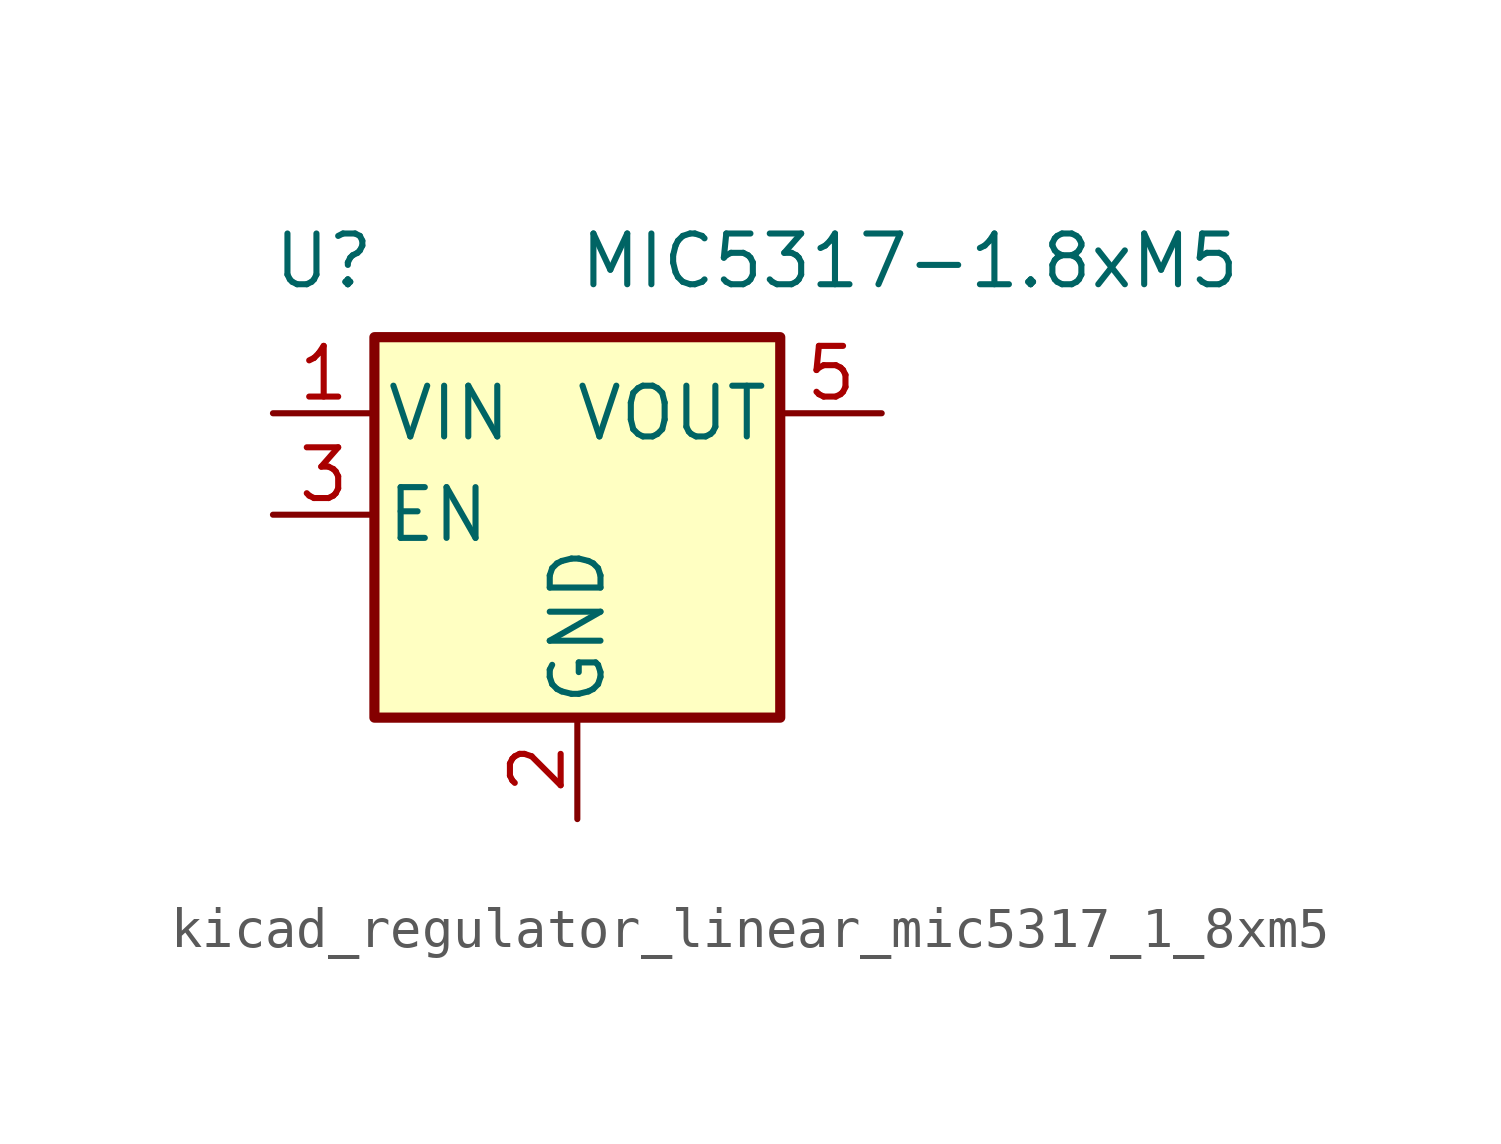
<source format=kicad_sym>
(kicad_symbol_lib
  (version 20220914)
  (generator kicad_symbol_editor)
  (symbol "kicad_regulator_linear_mic5317_1_8xm5"
    (pin_names
      (offset 0.254))
    (property "Reference" "U"
      (at -6.35 6.35 0)
      (effects (font (size 1.27 1.27))))
    (property "Value" "MIC5317-1.8xM5"
      (at 0 6.35 0)
      (effects (font (size 1.27 1.27)) (justify left)))
    (symbol "kicad_regulator_linear_mic5317_1_8xm5_0_1"
      (rectangle (start -5.08 4.445) (end 5.08 -5.08) (stroke (width 0.254) (type default)) (fill (type background))))
    (symbol "kicad_regulator_linear_mic5317_1_8xm5_1_1"
      (pin power_in line (at -7.62 2.54 0) (length 2.54) (name "VIN" (effects (font (size 1.27 1.27)))) (number "1" (effects (font (size 1.27 1.27)))))
      (pin power_in line (at 0 -7.62 90) (length 2.54) (name "GND" (effects (font (size 1.27 1.27)))) (number "2" (effects (font (size 1.27 1.27)))))
      (pin input line (at -7.62 0 0) (length 2.54) (name "EN" (effects (font (size 1.27 1.27)))) (number "3" (effects (font (size 1.27 1.27)))))
      (pin no_connect line (at 5.08 0 180) (length 2.54) hide (name "NC" (effects (font (size 1.27 1.27)))) (number "4" (effects (font (size 1.27 1.27)))))
      (pin power_out line (at 7.62 2.54 180) (length 2.54) (name "VOUT" (effects (font (size 1.27 1.27)))) (number "5" (effects (font (size 1.27 1.27))))))))
</source>
